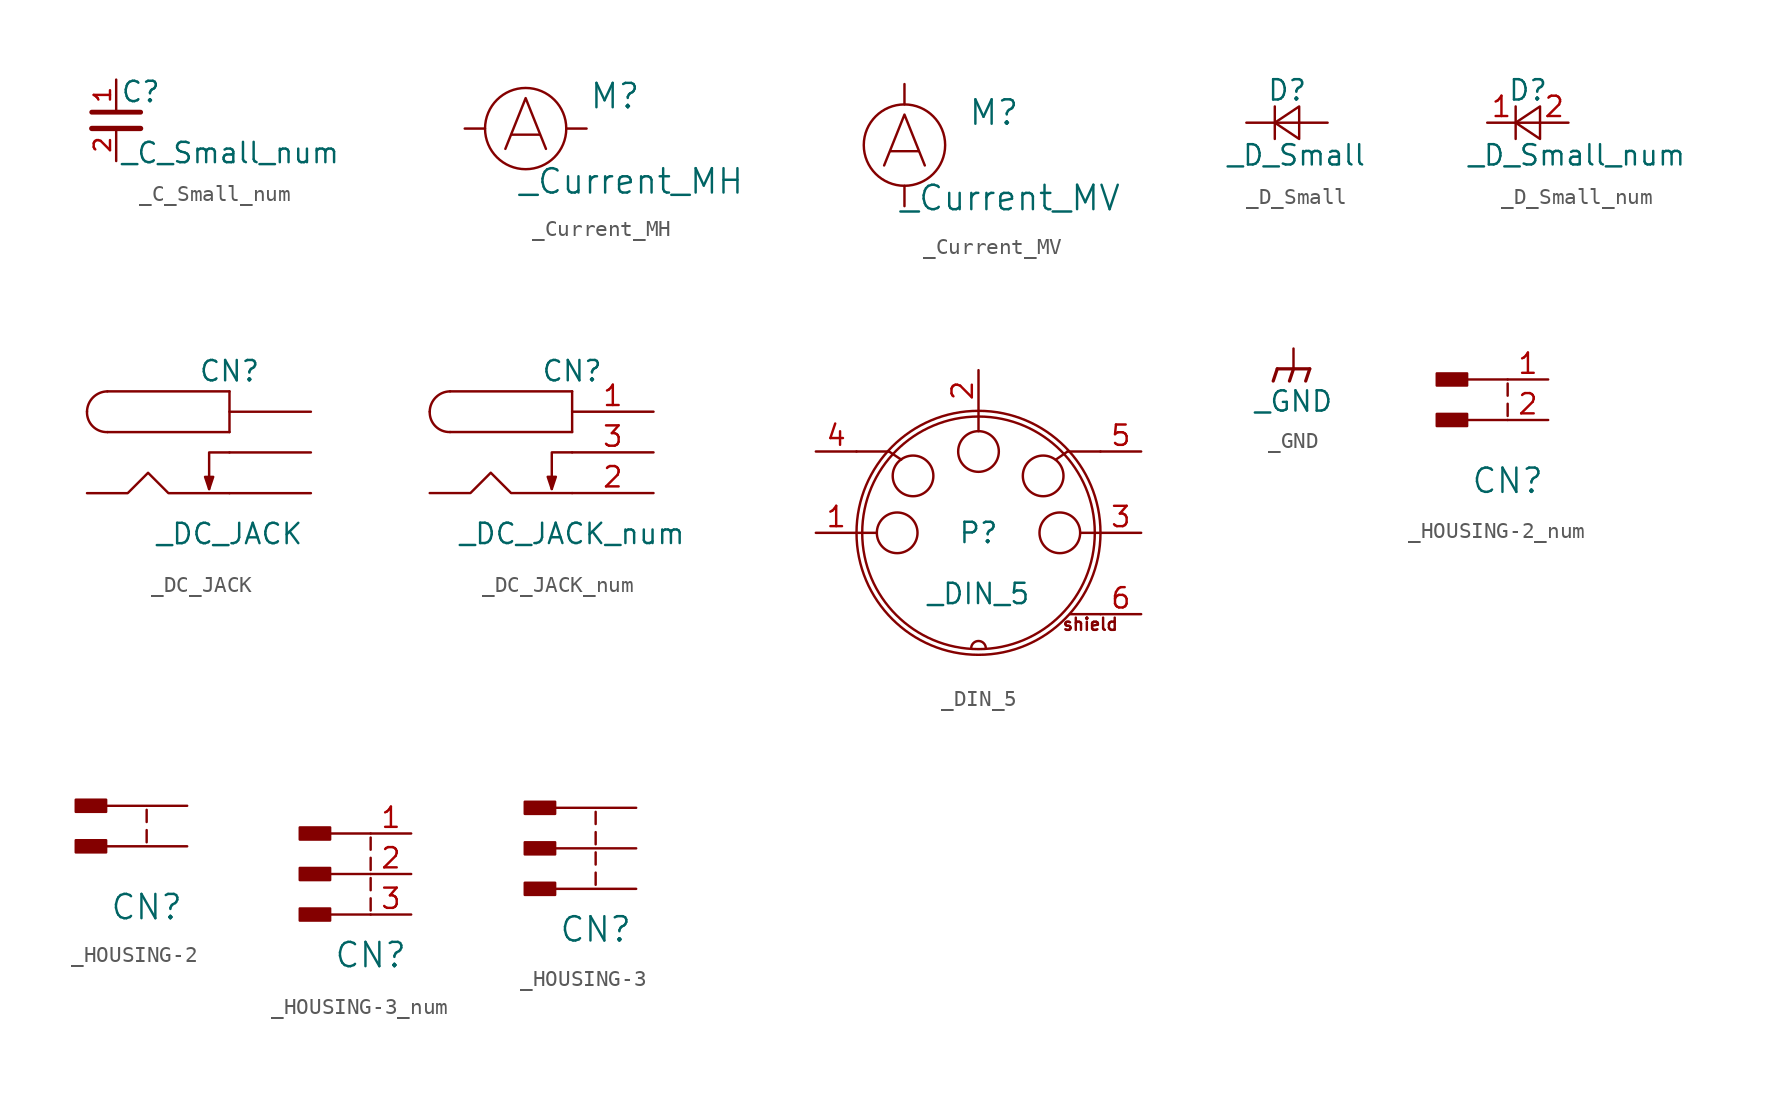
<source format=kicad_sym>
(kicad_symbol_lib
  (version 20220914)
  (generator kicad_symbol_editor)
  (symbol "_C_Small_num"
    (pin_names
      (offset 0.254) hide)
    (property "Reference" "C"
      (at 0.254 1.778 0)
      (effects (font (size 1.27 1.27)) (justify left)))
    (property "Value" "_C_Small_num"
      (at 0.254 -2.032 0)
      (effects (font (size 1.27 1.27)) (justify left)))
    (property "Footprint" ""
      (at 0 0 0)
      (effects (font (size 1.27 1.27))))
    (property "Datasheet" ""
      (at 0 0 0)
      (effects (font (size 1.27 1.27))))
    (symbol "_C_Small_num_0_1"
      (polyline (pts (xy -1.524 -0.508) (xy 1.524 -0.508)) (stroke (width 0.33) (type solid)) (fill (type none)))
      (polyline (pts (xy -1.524 0.508) (xy 1.524 0.508)) (stroke (width 0.305) (type solid)) (fill (type none))))
    (symbol "_C_Small_num_1_1"
      (pin passive line (at 0 2.54 270) (length 1.905) (name "~" (effects (font (size 1.016 1.016)))) (number "1" (effects (font (size 1.016 1.016)))))
      (pin passive line (at 0 -2.54 90) (length 2.032) (name "~" (effects (font (size 1.016 1.016)))) (number "2" (effects (font (size 1.016 1.016)))))))
  (symbol "_Current_MH"
    (pin_numbers hide)
    (pin_names
      (offset 1.016) hide)
    (property "Reference" "M"
      (at 5.588 2.032 0)
      (effects (font (size 1.524 1.524))))
    (property "Value" "_Current_MH"
      (at 6.604 -3.302 0)
      (effects (font (size 1.524 1.524))))
    (property "Footprint" ""
      (at 0 0 0)
      (effects (font (size 1.524 1.524))))
    (property "Datasheet" ""
      (at 0 0 0)
      (effects (font (size 1.524 1.524))))
    (symbol "_Current_MH_0_1"
      (polyline (pts (xy 0.889 -0.381) (xy -0.889 -0.381)) (stroke (width 0) (type solid)) (fill (type none)))
      (polyline (pts (xy -1.27 -1.27) (xy 0 1.905) (xy 1.27 -1.27)) (stroke (width 0) (type solid)) (fill (type none)))
      (circle (center 0 0) (radius 2.54) (stroke (width 0) (type solid)) (fill (type none))))
    (symbol "_Current_MH_1_1"
      (pin input line (at -3.81 0 0) (length 1.27) (name "~" (effects (font (size 1.27 1.27)))) (number "1" (effects (font (size 1.27 1.27)))))
      (pin input line (at 3.81 0 180) (length 1.27) (name "~" (effects (font (size 1.27 1.27)))) (number "2" (effects (font (size 1.27 1.27)))))))
  (symbol "_Current_MV"
    (pin_numbers hide)
    (pin_names
      (offset 1.016) hide)
    (property "Reference" "M"
      (at 5.588 2.032 0)
      (effects (font (size 1.524 1.524))))
    (property "Value" "_Current_MV"
      (at 6.604 -3.302 0)
      (effects (font (size 1.524 1.524))))
    (property "Footprint" ""
      (at 0 0 0)
      (effects (font (size 1.524 1.524))))
    (property "Datasheet" ""
      (at 0 0 0)
      (effects (font (size 1.524 1.524))))
    (symbol "_Current_MV_0_1"
      (polyline (pts (xy 0.889 -0.381) (xy -0.889 -0.381)) (stroke (width 0) (type solid)) (fill (type none)))
      (polyline (pts (xy -1.27 -1.27) (xy 0 1.905) (xy 1.27 -1.27)) (stroke (width 0) (type solid)) (fill (type none)))
      (circle (center 0 0) (radius 2.54) (stroke (width 0) (type solid)) (fill (type none))))
    (symbol "_Current_MV_1_1"
      (pin input line (at 0 -3.81 90) (length 1.27) (name "~" (effects (font (size 1.27 1.27)))) (number "1" (effects (font (size 1.27 1.27)))))
      (pin input line (at 0 3.81 270) (length 1.27) (name "~" (effects (font (size 1.27 1.27)))) (number "2" (effects (font (size 1.27 1.27)))))))
  (symbol "_D_Small"
    (pin_numbers hide)
    (pin_names
      (offset 0.254) hide)
    (property "Reference" "D"
      (at -1.27 2.032 0)
      (effects (font (size 1.27 1.27)) (justify left)))
    (property "Value" "_D_Small"
      (at -3.81 -2.032 0)
      (effects (font (size 1.27 1.27)) (justify left)))
    (property "Footprint" ""
      (at 0 0 90)
      (effects (font (size 1.27 1.27))))
    (property "Datasheet" ""
      (at 0 0 90)
      (effects (font (size 1.27 1.27))))
    (symbol "_D_Small_0_1"
      (polyline (pts (xy -0.762 -1.016) (xy -0.762 1.016)) (stroke (width 0) (type solid)) (fill (type none)))
      (polyline (pts (xy 0.762 0) (xy -0.762 0)) (stroke (width 0) (type solid)) (fill (type none)))
      (polyline (pts (xy 0.762 -1.016) (xy -0.762 0) (xy 0.762 1.016) (xy 0.762 -1.016)) (stroke (width 0) (type solid)) (fill (type none))))
    (symbol "_D_Small_1_1"
      (pin passive line (at -2.54 0 0) (length 1.778) (name "K" (effects (font (size 1.27 1.27)))) (number "1" (effects (font (size 1.27 1.27)))))
      (pin passive line (at 2.54 0 180) (length 1.778) (name "A" (effects (font (size 1.27 1.27)))) (number "2" (effects (font (size 1.27 1.27)))))))
  (symbol "_D_Small_num"
    (pin_names
      (offset 0.254) hide)
    (property "Reference" "D"
      (at -1.27 2.032 0)
      (effects (font (size 1.27 1.27)) (justify left)))
    (property "Value" "_D_Small_num"
      (at -3.81 -2.032 0)
      (effects (font (size 1.27 1.27)) (justify left)))
    (property "Footprint" ""
      (at 0 0 90)
      (effects (font (size 1.27 1.27))))
    (property "Datasheet" ""
      (at 0 0 90)
      (effects (font (size 1.27 1.27))))
    (symbol "_D_Small_num_0_1"
      (polyline (pts (xy -0.762 -1.016) (xy -0.762 1.016)) (stroke (width 0) (type solid)) (fill (type none)))
      (polyline (pts (xy 0.762 0) (xy -0.762 0)) (stroke (width 0) (type solid)) (fill (type none)))
      (polyline (pts (xy 0.762 -1.016) (xy -0.762 0) (xy 0.762 1.016) (xy 0.762 -1.016)) (stroke (width 0) (type solid)) (fill (type none))))
    (symbol "_D_Small_num_1_1"
      (pin passive line (at -2.54 0 0) (length 1.778) (name "A" (effects (font (size 1.27 1.27)))) (number "1" (effects (font (size 1.27 1.27)))))
      (pin passive line (at 2.54 0 180) (length 1.778) (name "K" (effects (font (size 1.27 1.27)))) (number "2" (effects (font (size 1.27 1.27)))))))
  (symbol "_DC_JACK"
    (pin_numbers hide)
    (pin_names
      (offset 1.016))
    (property "Reference" "CN"
      (at 0 5.08 0)
      (effects (font (size 1.27 1.27))))
    (property "Value" "_DC_JACK"
      (at 0 -5.08 0)
      (effects (font (size 1.27 1.27))))
    (property "Footprint" ""
      (at 0 0 0)
      (effects (font (size 1.27 1.27))))
    (property "Datasheet" ""
      (at 0 0 0)
      (effects (font (size 1.27 1.27))))
    (symbol "_DC_JACK_0_1"
      (arc (start -8.89 2.54) (mid -8.5271 1.6254) (end -7.62 1.27) (stroke (width 0) (type solid)) (fill (type none)))
      (arc (start -7.62 3.81) (mid -8.5088 3.4366) (end -8.89 2.54) (stroke (width 0) (type solid)) (fill (type none)))
      (polyline (pts (xy -7.62 1.27) (xy 0 1.27)) (stroke (width 0) (type solid)) (fill (type none)))
      (polyline (pts (xy 0 3.81) (xy -7.62 3.81)) (stroke (width 0) (type solid)) (fill (type none)))
      (polyline (pts (xy 0 3.81) (xy 0 1.27)) (stroke (width 0) (type solid)) (fill (type none)))
      (polyline (pts (xy 0 0) (xy -1.27 0) (xy -1.27 -2.286)) (stroke (width 0) (type solid)) (fill (type none)))
      (polyline (pts (xy -1.27 -2.286) (xy -1.016 -1.524) (xy -1.524 -1.524) (xy -1.27 -2.286)) (stroke (width 0) (type solid)) (fill (type outline)))
      (polyline (pts (xy 0 -2.54) (xy -3.81 -2.54) (xy -5.08 -1.27) (xy -6.35 -2.54) (xy -8.89 -2.54)) (stroke (width 0) (type solid)) (fill (type none))))
    (symbol "_DC_JACK_1_1"
      (pin passive line (at 5.08 2.54 180) (length 5.08) (name "~" (effects (font (size 1.27 1.27)))) (number "1" (effects (font (size 1.27 1.27)))))
      (pin passive line (at 5.08 -2.54 180) (length 5.08) (name "~" (effects (font (size 1.27 1.27)))) (number "2" (effects (font (size 1.27 1.27)))))
      (pin passive line (at 5.08 0 180) (length 5.08) (name "~" (effects (font (size 1.27 1.27)))) (number "3" (effects (font (size 1.27 1.27)))))))
  (symbol "_DC_JACK_num"
    (pin_names
      (offset 1.016) hide)
    (property "Reference" "CN"
      (at 0 5.08 0)
      (effects (font (size 1.27 1.27))))
    (property "Value" "_DC_JACK_num"
      (at 0 -5.08 0)
      (effects (font (size 1.27 1.27))))
    (property "Footprint" ""
      (at 0 0 0)
      (effects (font (size 1.27 1.27))))
    (property "Datasheet" ""
      (at 0 0 0)
      (effects (font (size 1.27 1.27))))
    (symbol "_DC_JACK_num_0_1"
      (arc (start -8.89 2.54) (mid -8.5271 1.6254) (end -7.62 1.27) (stroke (width 0) (type solid)) (fill (type none)))
      (arc (start -7.62 3.81) (mid -8.5088 3.4366) (end -8.89 2.54) (stroke (width 0) (type solid)) (fill (type none)))
      (polyline (pts (xy -7.62 1.27) (xy 0 1.27)) (stroke (width 0) (type solid)) (fill (type none)))
      (polyline (pts (xy 0 3.81) (xy -7.62 3.81)) (stroke (width 0) (type solid)) (fill (type none)))
      (polyline (pts (xy 0 3.81) (xy 0 1.27)) (stroke (width 0) (type solid)) (fill (type none)))
      (polyline (pts (xy 0 0) (xy -1.27 0) (xy -1.27 -2.286)) (stroke (width 0) (type solid)) (fill (type none)))
      (polyline (pts (xy -1.27 -2.286) (xy -1.016 -1.524) (xy -1.524 -1.524) (xy -1.27 -2.286)) (stroke (width 0) (type solid)) (fill (type outline)))
      (polyline (pts (xy 0 -2.54) (xy -3.81 -2.54) (xy -5.08 -1.27) (xy -6.35 -2.54) (xy -8.89 -2.54)) (stroke (width 0) (type solid)) (fill (type none))))
    (symbol "_DC_JACK_num_1_1"
      (pin passive line (at 5.08 2.54 180) (length 5.08) (name "~" (effects (font (size 1.27 1.27)))) (number "1" (effects (font (size 1.27 1.27)))))
      (pin passive line (at 5.08 -2.54 180) (length 5.08) (name "~" (effects (font (size 1.27 1.27)))) (number "2" (effects (font (size 1.27 1.27)))))
      (pin passive line (at 5.08 0 180) (length 5.08) (name "~" (effects (font (size 1.27 1.27)))) (number "3" (effects (font (size 1.27 1.27)))))))
  (symbol "_DIN_5"
    (pin_names
      (offset 1.016) hide)
    (property "Reference" "P"
      (at 0 0 0)
      (effects (font (size 1.27 1.27))))
    (property "Value" "_DIN_5"
      (at 0 -3.81 0)
      (effects (font (size 1.27 1.27))))
    (property "Footprint" ""
      (at 0 0 0)
      (effects (font (size 1.27 1.27))))
    (property "Datasheet" ""
      (at 0 0 0)
      (effects (font (size 1.27 1.27))))
    (symbol "_DIN_5_0_0"
      (text "shield" (at 6.985 -5.715 0) (effects (font (size 0.762 0.762)))))
    (symbol "_DIN_5_0_1"
      (circle (center -5.08 0) (radius 1.27) (stroke (width 0) (type solid)) (fill (type none)))
      (circle (center -4.089 3.556) (radius 1.27) (stroke (width 0) (type solid)) (fill (type none)))
      (polyline (pts (xy -7.62 5.08) (xy -5.588 5.08)) (stroke (width 0) (type solid)) (fill (type none)))
      (polyline (pts (xy -6.35 0) (xy -7.62 0)) (stroke (width 0) (type solid)) (fill (type none)))
      (polyline (pts (xy -5.588 5.08) (xy -4.826 4.572)) (stroke (width 0) (type solid)) (fill (type none)))
      (polyline (pts (xy 0 6.35) (xy 0 7.62)) (stroke (width 0) (type solid)) (fill (type none)))
      (polyline (pts (xy 5.563 5.08) (xy 4.826 4.572)) (stroke (width 0) (type solid)) (fill (type none)))
      (polyline (pts (xy 6.35 0) (xy 7.62 0)) (stroke (width 0) (type solid)) (fill (type none)))
      (polyline (pts (xy 7.62 -5.08) (xy 5.715 -5.08)) (stroke (width 0) (type solid)) (fill (type none)))
      (polyline (pts (xy 7.62 5.08) (xy 5.563 5.08)) (stroke (width 0) (type solid)) (fill (type none)))
      (circle (center 0 0) (radius 7.264) (stroke (width 0) (type solid)) (fill (type none)))
      (circle (center 0 0) (radius 7.62) (stroke (width 0) (type solid)) (fill (type none)))
      (circle (center 0 5.08) (radius 1.27) (stroke (width 0) (type solid)) (fill (type none)))
      (arc (start 0.4572 -7.2136) (mid 0 -6.7583) (end -0.4572 -7.2136) (stroke (width 0) (type solid)) (fill (type none)))
      (circle (center 4.039 3.556) (radius 1.27) (stroke (width 0) (type solid)) (fill (type none)))
      (circle (center 5.08 0) (radius 1.27) (stroke (width 0) (type solid)) (fill (type none))))
    (symbol "_DIN_5_1_1"
      (pin passive line (at -10.16 0 0) (length 2.54) (name "1" (effects (font (size 1.27 1.27)))) (number "1" (effects (font (size 1.27 1.27)))))
      (pin passive line (at 0 10.16 270) (length 2.54) (name "2" (effects (font (size 1.27 1.27)))) (number "2" (effects (font (size 1.27 1.27)))))
      (pin passive line (at 10.16 0 180) (length 2.54) (name "3" (effects (font (size 1.27 1.27)))) (number "3" (effects (font (size 1.27 1.27)))))
      (pin passive line (at -10.16 5.08 0) (length 2.54) (name "4" (effects (font (size 1.27 1.27)))) (number "4" (effects (font (size 1.27 1.27)))))
      (pin passive line (at 10.16 5.08 180) (length 2.54) (name "5" (effects (font (size 1.27 1.27)))) (number "5" (effects (font (size 1.27 1.27)))))
      (pin input line (at 10.16 -5.08 180) (length 2.54) (name "sheld" (effects (font (size 1.27 1.27)))) (number "6" (effects (font (size 1.27 1.27)))))))
  (symbol "_GND"
    (pin_names
      (offset 0))
    (property "Reference" "#PWR"
      (at 0 -5.08 0)
      (effects (font (size 1.27 1.27)) hide))
    (property "Value" "_GND"
      (at 0 -3.302 0)
      (effects (font (size 1.27 1.27))))
    (property "Footprint" ""
      (at 0 -1.27 0)
      (effects (font (size 1.27 1.27))))
    (property "Datasheet" ""
      (at 0 -1.27 0)
      (effects (font (size 1.27 1.27))))
    (symbol "_GND_0_1"
      (polyline (pts (xy 0 -1.27) (xy 0 0)) (stroke (width 0) (type solid)) (fill (type none)))
      (polyline (pts (xy -1.016 -1.27) (xy -1.27 -2.032) (xy -1.27 -2.032)) (stroke (width 0.203) (type solid)) (fill (type none)))
      (polyline (pts (xy 0 -1.27) (xy -0.254 -2.032) (xy -0.254 -2.032)) (stroke (width 0.203) (type solid)) (fill (type none)))
      (polyline (pts (xy 1.016 -1.27) (xy -1.016 -1.27) (xy -1.016 -1.27)) (stroke (width 0.203) (type solid)) (fill (type none)))
      (polyline (pts (xy 1.016 -1.27) (xy 0.762 -2.032) (xy 0.762 -2.032) (xy 0.762 -2.032)) (stroke (width 0.203) (type solid)) (fill (type none))))
    (symbol "_GND_1_1"
      (pin power_in line (at 0 0 90) (length 0) hide (name "GNDPWR" (effects (font (size 1.016 1.016)))) (number "1" (effects (font (size 1.016 1.016)))))))
  (symbol "_HOUSING-2_num"
    (pin_names
      (offset 0.025) hide)
    (property "Reference" "CN"
      (at 0 -5.08 0)
      (effects (font (size 1.524 1.524))))
    (property "Footprint" ""
      (at 1.905 -1.27 0)
      (effects (font (size 1.524 1.524))))
    (property "Datasheet" ""
      (at 1.905 -1.27 0)
      (effects (font (size 1.524 1.524))))
    (symbol "_HOUSING-2_num_0_1"
      (rectangle (start -2.54 -0.889) (end -4.445 -1.651) (stroke (width 0) (type solid)) (fill (type outline)))
      (rectangle (start -2.54 1.651) (end -4.445 0.889) (stroke (width 0) (type solid)) (fill (type outline)))
      (polyline (pts (xy -2.54 -1.27) (xy 0 -1.27)) (stroke (width 0) (type solid)) (fill (type none)))
      (polyline (pts (xy 0 -0.254) (xy 0 -1.016)) (stroke (width 0) (type solid)) (fill (type none)))
      (polyline (pts (xy 0 1.016) (xy 0 0.254)) (stroke (width 0) (type solid)) (fill (type none)))
      (polyline (pts (xy 0 1.27) (xy -2.54 1.27)) (stroke (width 0) (type solid)) (fill (type none))))
    (symbol "_HOUSING-2_num_1_1"
      (pin bidirectional line (at 2.54 1.27 180) (length 2.54) (name "~" (effects (font (size 1.27 1.27)))) (number "1" (effects (font (size 1.27 1.27)))))
      (pin bidirectional line (at 2.54 -1.27 180) (length 2.54) (name "~" (effects (font (size 1.27 1.27)))) (number "2" (effects (font (size 1.27 1.27)))))))
  (symbol "_HOUSING-2"
    (pin_numbers hide)
    (pin_names
      (offset 0) hide)
    (property "Reference" "CN"
      (at 0 -5.08 0)
      (effects (font (size 1.524 1.524))))
    (property "Footprint" ""
      (at 1.905 -1.27 0)
      (effects (font (size 1.524 1.524))))
    (property "Datasheet" ""
      (at 1.905 -1.27 0)
      (effects (font (size 1.524 1.524))))
    (symbol "_HOUSING-2_0_1"
      (rectangle (start -2.54 -0.889) (end -4.445 -1.651) (stroke (width 0) (type solid)) (fill (type outline)))
      (rectangle (start -2.54 1.651) (end -4.445 0.889) (stroke (width 0) (type solid)) (fill (type outline)))
      (polyline (pts (xy 0 -0.254) (xy 0 -1.016)) (stroke (width 0) (type solid)) (fill (type none)))
      (polyline (pts (xy 0 1.016) (xy 0 0.254)) (stroke (width 0) (type solid)) (fill (type none))))
    (symbol "_HOUSING-2_1_1"
      (pin bidirectional line (at 2.54 1.27 180) (length 5.08) (name "~" (effects (font (size 1.27 1.27)))) (number "1" (effects (font (size 1.27 1.27)))))
      (pin bidirectional line (at 2.54 -1.27 180) (length 5.08) (name "~" (effects (font (size 1.27 1.27)))) (number "2" (effects (font (size 1.27 1.27)))))))
  (symbol "_HOUSING-3_num"
    (pin_names
      (offset 0.025) hide)
    (property "Reference" "CN"
      (at 0 -5.08 0)
      (effects (font (size 1.524 1.524))))
    (property "Footprint" ""
      (at 1.905 0 0)
      (effects (font (size 1.524 1.524))))
    (property "Datasheet" ""
      (at 1.905 0 0)
      (effects (font (size 1.524 1.524))))
    (symbol "_HOUSING-3_num_0_1"
      (rectangle (start -2.54 -2.159) (end -4.445 -2.921) (stroke (width 0) (type solid)) (fill (type outline)))
      (rectangle (start -2.54 0.381) (end -4.445 -0.381) (stroke (width 0) (type solid)) (fill (type outline)))
      (rectangle (start -2.54 2.921) (end -4.445 2.159) (stroke (width 0) (type solid)) (fill (type outline)))
      (polyline (pts (xy -2.54 0) (xy 0 0)) (stroke (width 0) (type solid)) (fill (type none)))
      (polyline (pts (xy 0 -2.54) (xy -2.54 -2.54)) (stroke (width 0) (type solid)) (fill (type none)))
      (polyline (pts (xy 0 -1.524) (xy 0 -2.286)) (stroke (width 0) (type solid)) (fill (type none)))
      (polyline (pts (xy 0 -0.254) (xy 0 -1.016)) (stroke (width 0) (type solid)) (fill (type none)))
      (polyline (pts (xy 0 1.016) (xy 0 0.254)) (stroke (width 0) (type solid)) (fill (type none)))
      (polyline (pts (xy 0 2.286) (xy 0 1.524)) (stroke (width 0) (type solid)) (fill (type none)))
      (polyline (pts (xy 0 2.54) (xy -2.54 2.54)) (stroke (width 0) (type solid)) (fill (type none))))
    (symbol "_HOUSING-3_num_1_1"
      (pin bidirectional line (at 2.54 2.54 180) (length 2.54) (name "~" (effects (font (size 1.27 1.27)))) (number "1" (effects (font (size 1.27 1.27)))))
      (pin bidirectional line (at 2.54 0 180) (length 2.54) (name "~" (effects (font (size 1.27 1.27)))) (number "2" (effects (font (size 1.27 1.27)))))
      (pin bidirectional line (at 2.54 -2.54 180) (length 2.54) (name "~" (effects (font (size 1.27 1.27)))) (number "3" (effects (font (size 1.27 1.27)))))))
  (symbol "_HOUSING-3"
    (pin_numbers hide)
    (pin_names
      (offset 0) hide)
    (property "Reference" "CN"
      (at 0 -5.08 0)
      (effects (font (size 1.524 1.524))))
    (property "Footprint" ""
      (at 1.905 0 0)
      (effects (font (size 1.524 1.524))))
    (property "Datasheet" ""
      (at 1.905 0 0)
      (effects (font (size 1.524 1.524))))
    (symbol "_HOUSING-3_0_1"
      (rectangle (start -2.54 -2.159) (end -4.445 -2.921) (stroke (width 0) (type solid)) (fill (type outline)))
      (rectangle (start -2.54 0.381) (end -4.445 -0.381) (stroke (width 0) (type solid)) (fill (type outline)))
      (rectangle (start -2.54 2.921) (end -4.445 2.159) (stroke (width 0) (type solid)) (fill (type outline)))
      (polyline (pts (xy 0 -1.524) (xy 0 -2.286)) (stroke (width 0) (type solid)) (fill (type none)))
      (polyline (pts (xy 0 -0.254) (xy 0 -1.016)) (stroke (width 0) (type solid)) (fill (type none)))
      (polyline (pts (xy 0 1.016) (xy 0 0.254)) (stroke (width 0) (type solid)) (fill (type none)))
      (polyline (pts (xy 0 2.286) (xy 0 1.524)) (stroke (width 0) (type solid)) (fill (type none))))
    (symbol "_HOUSING-3_1_1"
      (pin bidirectional line (at 2.54 2.54 180) (length 5.08) (name "~" (effects (font (size 1.27 1.27)))) (number "1" (effects (font (size 1.27 1.27)))))
      (pin bidirectional line (at 2.54 0 180) (length 5.08) (name "~" (effects (font (size 1.27 1.27)))) (number "2" (effects (font (size 1.27 1.27)))))
      (pin bidirectional line (at 2.54 -2.54 180) (length 5.08) (name "~" (effects (font (size 1.27 1.27)))) (number "3" (effects (font (size 1.27 1.27))))))))
</source>
